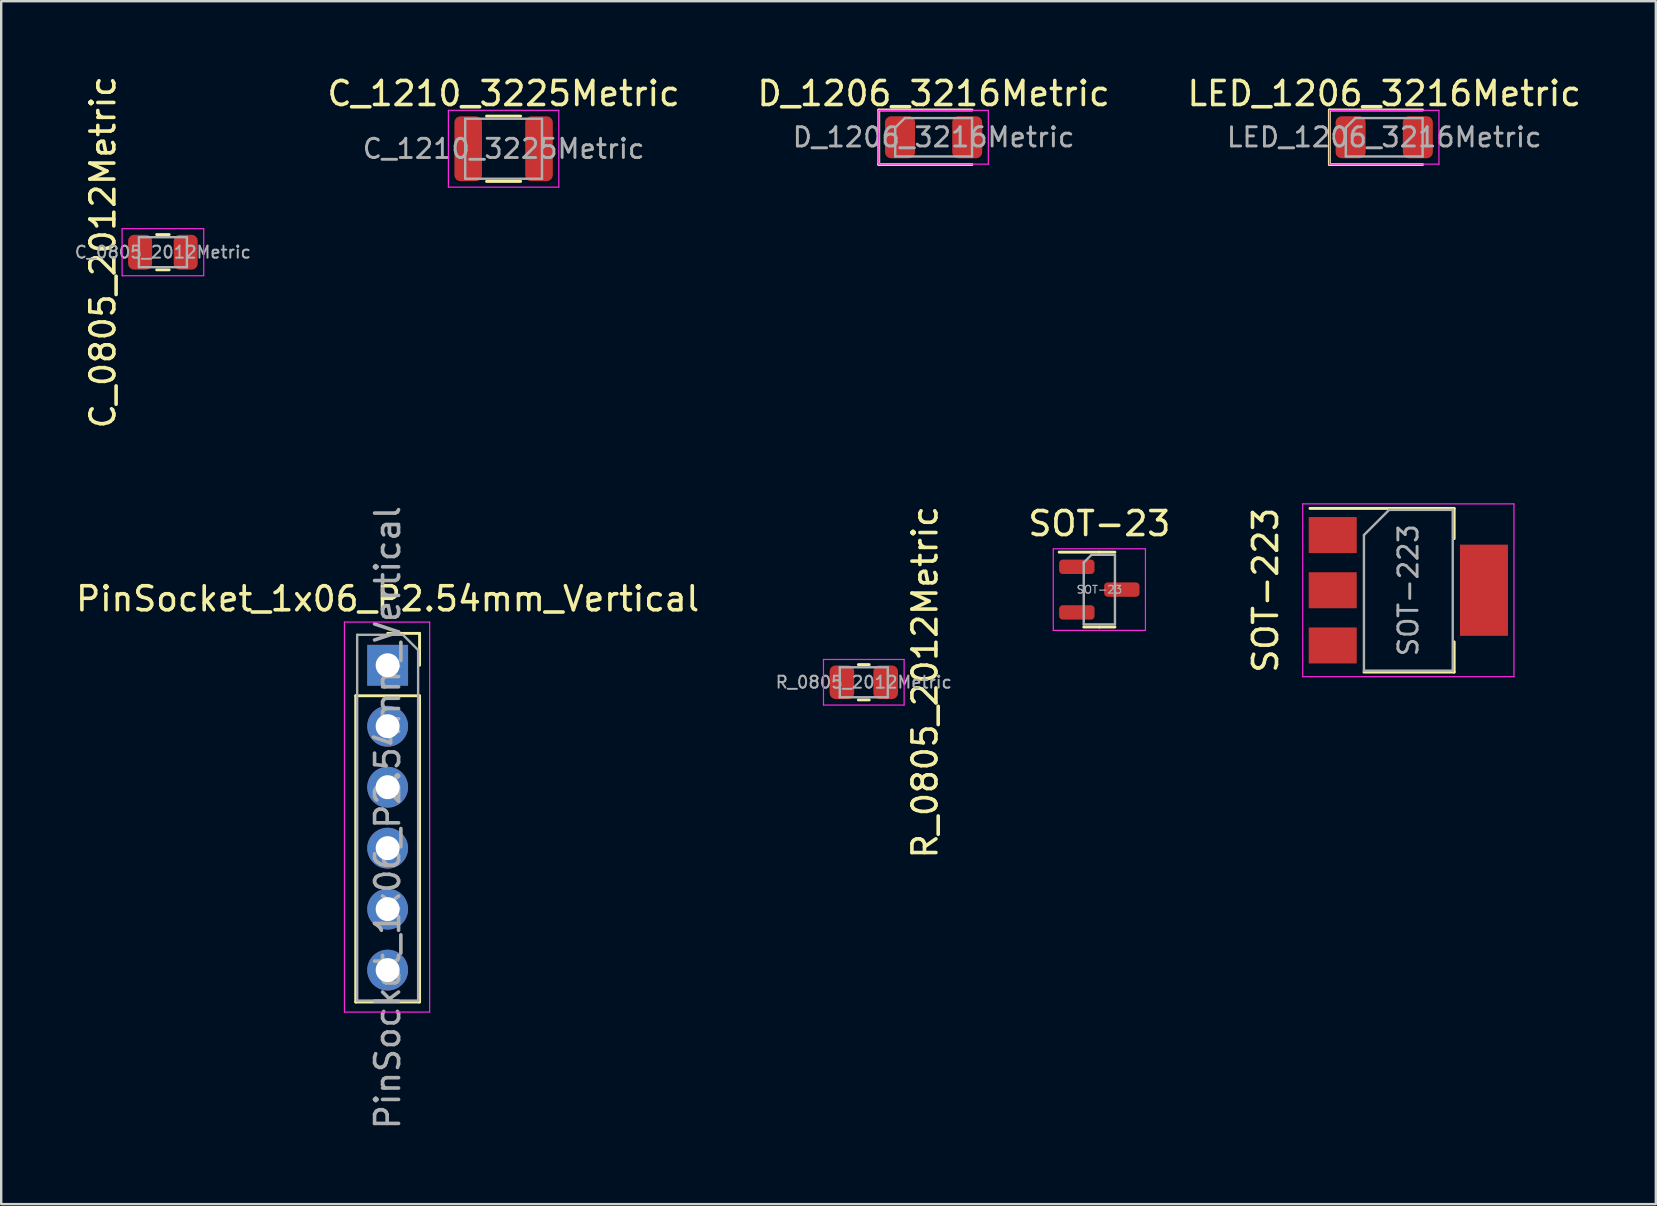
<source format=kicad_pcb>
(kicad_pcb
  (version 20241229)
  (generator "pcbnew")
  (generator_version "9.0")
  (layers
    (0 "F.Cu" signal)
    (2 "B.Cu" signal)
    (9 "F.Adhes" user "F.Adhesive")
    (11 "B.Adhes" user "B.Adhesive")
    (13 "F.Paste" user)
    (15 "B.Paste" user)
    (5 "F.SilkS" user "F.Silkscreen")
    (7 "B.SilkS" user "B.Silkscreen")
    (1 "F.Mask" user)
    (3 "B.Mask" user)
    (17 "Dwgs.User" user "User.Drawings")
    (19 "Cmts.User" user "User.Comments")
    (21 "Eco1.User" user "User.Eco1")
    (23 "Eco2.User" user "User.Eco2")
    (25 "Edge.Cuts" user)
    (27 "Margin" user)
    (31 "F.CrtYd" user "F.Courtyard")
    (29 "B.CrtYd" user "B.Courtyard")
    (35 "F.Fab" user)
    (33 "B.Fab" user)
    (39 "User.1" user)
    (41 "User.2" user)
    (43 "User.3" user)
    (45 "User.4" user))
  (footprint "LED_1206_3216Metric"
    (layer "F.Cu")
    (at 54.622 2.668)
    (property "Reference" "LED_1206_3216Metric" (at 0 -1.82 0) (layer "F.SilkS") (effects (font (size 1 1) (thickness 0.15))))
    (attr smd)
    (fp_line (start -2.285 -1.135) (end -2.285 1.135) (stroke (width 0.12) (type solid)) (layer "F.SilkS"))
    (fp_line (start -2.285 1.135) (end 1.6 1.135) (stroke (width 0.12) (type solid)) (layer "F.SilkS"))
    (fp_line (start 1.6 -1.135) (end -2.285 -1.135) (stroke (width 0.12) (type solid)) (layer "F.SilkS"))
    (fp_line (start -2.28 -1.12) (end 2.28 -1.12) (stroke (width 0.05) (type solid)) (layer "F.CrtYd"))
    (fp_line (start -2.28 1.12) (end -2.28 -1.12) (stroke (width 0.05) (type solid)) (layer "F.CrtYd"))
    (fp_line (start 2.28 -1.12) (end 2.28 1.12) (stroke (width 0.05) (type solid)) (layer "F.CrtYd"))
    (fp_line (start 2.28 1.12) (end -2.28 1.12) (stroke (width 0.05) (type solid)) (layer "F.CrtYd"))
    (fp_line (start -1.6 -0.4) (end -1.6 0.8) (stroke (width 0.1) (type solid)) (layer "F.Fab"))
    (fp_line (start -1.6 0.8) (end 1.6 0.8) (stroke (width 0.1) (type solid)) (layer "F.Fab"))
    (fp_line (start -1.2 -0.8) (end -1.6 -0.4) (stroke (width 0.1) (type solid)) (layer "F.Fab"))
    (fp_line (start 1.6 -0.8) (end -1.2 -0.8) (stroke (width 0.1) (type solid)) (layer "F.Fab"))
    (fp_line (start 1.6 0.8) (end 1.6 -0.8) (stroke (width 0.1) (type solid)) (layer "F.Fab"))
    (fp_text user "${REFERENCE}" (at 0 0 0) (layer "F.Fab") (effects (font (size 0.8 0.8) (thickness 0.12))))
    (pad "1" smd roundrect (at -1.4 0) (size 1.25 1.75) (layers "F.Cu" "F.Mask" "F.Paste") (roundrect_rratio 0.2))
    (pad "2" smd roundrect (at 1.4 0) (size 1.25 1.75) (layers "F.Cu" "F.Mask" "F.Paste") (roundrect_rratio 0.2)))
  (footprint "R_0805_2012Metric"
    (layer "F.Cu")
    (at 32.939 25.375)
    (property "Reference" "R_0805_2012Metric" (at 2.55 0 90) (layer "F.SilkS") (effects (font (size 1 1) (thickness 0.15))))
    (attr smd)
    (fp_line (start -0.227 -0.735) (end 0.227 -0.735) (stroke (width 0.12) (type solid)) (layer "F.SilkS"))
    (fp_line (start -0.227 0.735) (end 0.227 0.735) (stroke (width 0.12) (type solid)) (layer "F.SilkS"))
    (fp_line (start -1.68 -0.95) (end 1.68 -0.95) (stroke (width 0.05) (type solid)) (layer "F.CrtYd"))
    (fp_line (start -1.68 0.95) (end -1.68 -0.95) (stroke (width 0.05) (type solid)) (layer "F.CrtYd"))
    (fp_line (start 1.68 -0.95) (end 1.68 0.95) (stroke (width 0.05) (type solid)) (layer "F.CrtYd"))
    (fp_line (start 1.68 0.95) (end -1.68 0.95) (stroke (width 0.05) (type solid)) (layer "F.CrtYd"))
    (fp_line (start -1 -0.625) (end 1 -0.625) (stroke (width 0.1) (type solid)) (layer "F.Fab"))
    (fp_line (start -1 0.625) (end -1 -0.625) (stroke (width 0.1) (type solid)) (layer "F.Fab"))
    (fp_line (start 1 -0.625) (end 1 0.625) (stroke (width 0.1) (type solid)) (layer "F.Fab"))
    (fp_line (start 1 0.625) (end -1 0.625) (stroke (width 0.1) (type solid)) (layer "F.Fab"))
    (fp_text user "${REFERENCE}" (at 0 0 0) (layer "F.Fab") (effects (font (size 0.5 0.5) (thickness 0.08))))
    (pad "1" smd roundrect (at -0.912 0 180) (size 1.025 1.4) (layers "F.Cu" "F.Mask" "F.Paste") (roundrect_rratio 0.244))
    (pad "2" smd roundrect (at 0.912 0 180) (size 1.025 1.4) (layers "F.Cu" "F.Mask" "F.Paste") (roundrect_rratio 0.244)))
  (footprint "D_1206_3216Metric"
    (layer "F.Cu")
    (at 35.848 2.668)
    (property "Reference" "D_1206_3216Metric" (at 0 -1.82 0) (layer "F.SilkS") (effects (font (size 1 1) (thickness 0.15))))
    (attr smd)
    (fp_line (start -2.285 -1.135) (end -2.285 1.135) (stroke (width 0.12) (type solid)) (layer "F.SilkS"))
    (fp_line (start -2.285 1.135) (end 1.6 1.135) (stroke (width 0.12) (type solid)) (layer "F.SilkS"))
    (fp_line (start 1.6 -1.135) (end -2.285 -1.135) (stroke (width 0.12) (type solid)) (layer "F.SilkS"))
    (fp_line (start -2.28 -1.12) (end 2.28 -1.12) (stroke (width 0.05) (type solid)) (layer "F.CrtYd"))
    (fp_line (start -2.28 1.12) (end -2.28 -1.12) (stroke (width 0.05) (type solid)) (layer "F.CrtYd"))
    (fp_line (start 2.28 -1.12) (end 2.28 1.12) (stroke (width 0.05) (type solid)) (layer "F.CrtYd"))
    (fp_line (start 2.28 1.12) (end -2.28 1.12) (stroke (width 0.05) (type solid)) (layer "F.CrtYd"))
    (fp_line (start -1.6 -0.4) (end -1.6 0.8) (stroke (width 0.1) (type solid)) (layer "F.Fab"))
    (fp_line (start -1.6 0.8) (end 1.6 0.8) (stroke (width 0.1) (type solid)) (layer "F.Fab"))
    (fp_line (start -1.2 -0.8) (end -1.6 -0.4) (stroke (width 0.1) (type solid)) (layer "F.Fab"))
    (fp_line (start 1.6 -0.8) (end -1.2 -0.8) (stroke (width 0.1) (type solid)) (layer "F.Fab"))
    (fp_line (start 1.6 0.8) (end 1.6 -0.8) (stroke (width 0.1) (type solid)) (layer "F.Fab"))
    (fp_text user "${REFERENCE}" (at 0 0 0) (layer "F.Fab") (effects (font (size 0.8 0.8) (thickness 0.12))))
    (pad "1" smd roundrect (at -1.4 0) (size 1.25 1.75) (layers "F.Cu" "F.Mask" "F.Paste") (roundrect_rratio 0.2))
    (pad "2" smd roundrect (at 1.4 0) (size 1.25 1.75) (layers "F.Cu" "F.Mask" "F.Paste") (roundrect_rratio 0.2)))
  (footprint "C_0805_2012Metric"
    (layer "F.Cu")
    (at 3.737 7.458)
    (property "Reference" "C_0805_2012Metric" (at -2.5 0 90) (layer "F.SilkS") (effects (font (size 1 1) (thickness 0.15))))
    (attr smd)
    (fp_line (start -0.261 -0.735) (end 0.261 -0.735) (stroke (width 0.12) (type solid)) (layer "F.SilkS"))
    (fp_line (start -0.261 0.735) (end 0.261 0.735) (stroke (width 0.12) (type solid)) (layer "F.SilkS"))
    (fp_line (start -1.7 -0.98) (end 1.7 -0.98) (stroke (width 0.05) (type solid)) (layer "F.CrtYd"))
    (fp_line (start -1.7 0.98) (end -1.7 -0.98) (stroke (width 0.05) (type solid)) (layer "F.CrtYd"))
    (fp_line (start 1.7 -0.98) (end 1.7 0.98) (stroke (width 0.05) (type solid)) (layer "F.CrtYd"))
    (fp_line (start 1.7 0.98) (end -1.7 0.98) (stroke (width 0.05) (type solid)) (layer "F.CrtYd"))
    (fp_line (start -1 -0.625) (end 1 -0.625) (stroke (width 0.1) (type solid)) (layer "F.Fab"))
    (fp_line (start -1 0.625) (end -1 -0.625) (stroke (width 0.1) (type solid)) (layer "F.Fab"))
    (fp_line (start 1 -0.625) (end 1 0.625) (stroke (width 0.1) (type solid)) (layer "F.Fab"))
    (fp_line (start 1 0.625) (end -1 0.625) (stroke (width 0.1) (type solid)) (layer "F.Fab"))
    (fp_text user "${REFERENCE}" (at 0 0 0) (layer "F.Fab") (effects (font (size 0.5 0.5) (thickness 0.08))))
    (pad "1" smd roundrect (at -0.95 0 180) (size 1 1.45) (layers "F.Cu" "F.Mask" "F.Paste") (roundrect_rratio 0.25))
    (pad "2" smd roundrect (at 0.95 0 180) (size 1 1.45) (layers "F.Cu" "F.Mask" "F.Paste") (roundrect_rratio 0.25)))
  (footprint "C_1210_3225Metric"
    (layer "F.Cu")
    (at 17.932 3.148)
    (property "Reference" "C_1210_3225Metric" (at 0 -2.3 0) (layer "F.SilkS") (effects (font (size 1 1) (thickness 0.15))))
    (attr smd)
    (fp_line (start -0.711 -1.36) (end 0.711 -1.36) (stroke (width 0.12) (type solid)) (layer "F.SilkS"))
    (fp_line (start -0.711 1.36) (end 0.711 1.36) (stroke (width 0.12) (type solid)) (layer "F.SilkS"))
    (fp_line (start -2.3 -1.6) (end 2.3 -1.6) (stroke (width 0.05) (type solid)) (layer "F.CrtYd"))
    (fp_line (start -2.3 1.6) (end -2.3 -1.6) (stroke (width 0.05) (type solid)) (layer "F.CrtYd"))
    (fp_line (start 2.3 -1.6) (end 2.3 1.6) (stroke (width 0.05) (type solid)) (layer "F.CrtYd"))
    (fp_line (start 2.3 1.6) (end -2.3 1.6) (stroke (width 0.05) (type solid)) (layer "F.CrtYd"))
    (fp_line (start -1.6 -1.25) (end 1.6 -1.25) (stroke (width 0.1) (type solid)) (layer "F.Fab"))
    (fp_line (start -1.6 1.25) (end -1.6 -1.25) (stroke (width 0.1) (type solid)) (layer "F.Fab"))
    (fp_line (start 1.6 -1.25) (end 1.6 1.25) (stroke (width 0.1) (type solid)) (layer "F.Fab"))
    (fp_line (start 1.6 1.25) (end -1.6 1.25) (stroke (width 0.1) (type solid)) (layer "F.Fab"))
    (fp_text user "${REFERENCE}" (at 0 0 0) (layer "F.Fab") (effects (font (size 0.8 0.8) (thickness 0.12))))
    (pad "1" smd roundrect (at -1.475 0) (size 1.15 2.7) (layers "F.Cu" "F.Mask" "F.Paste") (roundrect_rratio 0.217))
    (pad "2" smd roundrect (at 1.475 0) (size 1.15 2.7) (layers "F.Cu" "F.Mask" "F.Paste") (roundrect_rratio 0.217)))
  (footprint "SOT-223"
    (layer "F.Cu")
    (at 55.627 21.542)
    (property "Reference" "SOT-223" (at -5.948 0 90) (layer "F.SilkS") (effects (font (size 1 1) (thickness 0.15))))
    (attr smd)
    (fp_line (start -4.1 -3.41) (end 1.91 -3.41) (stroke (width 0.12) (type solid)) (layer "F.SilkS"))
    (fp_line (start -1.85 3.41) (end 1.91 3.41) (stroke (width 0.12) (type solid)) (layer "F.SilkS"))
    (fp_line (start 1.91 -3.41) (end 1.91 -2.15) (stroke (width 0.12) (type solid)) (layer "F.SilkS"))
    (fp_line (start 1.91 3.41) (end 1.91 2.15) (stroke (width 0.12) (type solid)) (layer "F.SilkS"))
    (fp_line (start -4.4 -3.6) (end -4.4 3.6) (stroke (width 0.05) (type solid)) (layer "F.CrtYd"))
    (fp_line (start -4.4 3.6) (end 4.4 3.6) (stroke (width 0.05) (type solid)) (layer "F.CrtYd"))
    (fp_line (start 4.4 -3.6) (end -4.4 -3.6) (stroke (width 0.05) (type solid)) (layer "F.CrtYd"))
    (fp_line (start 4.4 3.6) (end 4.4 -3.6) (stroke (width 0.05) (type solid)) (layer "F.CrtYd"))
    (fp_line (start -1.85 -2.3) (end -1.85 3.35) (stroke (width 0.1) (type solid)) (layer "F.Fab"))
    (fp_line (start -1.85 -2.3) (end -0.8 -3.35) (stroke (width 0.1) (type solid)) (layer "F.Fab"))
    (fp_line (start -1.85 3.35) (end 1.85 3.35) (stroke (width 0.1) (type solid)) (layer "F.Fab"))
    (fp_line (start -0.8 -3.35) (end 1.85 -3.35) (stroke (width 0.1) (type solid)) (layer "F.Fab"))
    (fp_line (start 1.85 -3.35) (end 1.85 3.35) (stroke (width 0.1) (type solid)) (layer "F.Fab"))
    (fp_text user "${REFERENCE}" (at 0 0 270) (layer "F.Fab") (effects (font (size 0.8 0.8) (thickness 0.12))))
    (pad "1" smd rect (at -3.15 -2.3) (size 2 1.5) (layers "F.Cu" "F.Mask" "F.Paste"))
    (pad "2" smd rect (at -3.15 0) (size 2 1.5) (layers "F.Cu" "F.Mask" "F.Paste"))
    (pad "3" smd rect (at -3.15 2.3) (size 2 1.5) (layers "F.Cu" "F.Mask" "F.Paste"))
    (pad "4" smd rect (at 3.15 0) (size 2 3.8) (layers "F.Cu" "F.Mask" "F.Paste")))
  (footprint "SOT-23"
    (layer "F.Cu")
    (at 42.753 21.515)
    (property "Reference" "SOT-23" (at 0 -2.75 0) (layer "F.SilkS") (effects (font (size 1 1) (thickness 0.15))))
    (attr smd)
    (fp_line (start 0 -1.56) (end -1.675 -1.56) (stroke (width 0.12) (type solid)) (layer "F.SilkS"))
    (fp_line (start 0 -1.56) (end 0.65 -1.56) (stroke (width 0.12) (type solid)) (layer "F.SilkS"))
    (fp_line (start 0 1.56) (end -0.65 1.56) (stroke (width 0.12) (type solid)) (layer "F.SilkS"))
    (fp_line (start 0 1.56) (end 0.65 1.56) (stroke (width 0.12) (type solid)) (layer "F.SilkS"))
    (fp_line (start -1.92 -1.7) (end -1.92 1.7) (stroke (width 0.05) (type solid)) (layer "F.CrtYd"))
    (fp_line (start -1.92 1.7) (end 1.92 1.7) (stroke (width 0.05) (type solid)) (layer "F.CrtYd"))
    (fp_line (start 1.92 -1.7) (end -1.92 -1.7) (stroke (width 0.05) (type solid)) (layer "F.CrtYd"))
    (fp_line (start 1.92 1.7) (end 1.92 -1.7) (stroke (width 0.05) (type solid)) (layer "F.CrtYd"))
    (fp_line (start -0.65 -1.125) (end -0.325 -1.45) (stroke (width 0.1) (type solid)) (layer "F.Fab"))
    (fp_line (start -0.65 1.45) (end -0.65 -1.125) (stroke (width 0.1) (type solid)) (layer "F.Fab"))
    (fp_line (start -0.325 -1.45) (end 0.65 -1.45) (stroke (width 0.1) (type solid)) (layer "F.Fab"))
    (fp_line (start 0.65 -1.45) (end 0.65 1.45) (stroke (width 0.1) (type solid)) (layer "F.Fab"))
    (fp_line (start 0.65 1.45) (end -0.65 1.45) (stroke (width 0.1) (type solid)) (layer "F.Fab"))
    (fp_text user "${REFERENCE}" (at 0 0 0) (layer "F.Fab") (effects (font (size 0.32 0.32) (thickness 0.05))))
    (pad "1" smd roundrect (at -0.938 -0.95 180) (size 1.475 0.6) (layers "F.Cu" "F.Mask" "F.Paste") (roundrect_rratio 0.25))
    (pad "2" smd roundrect (at -0.938 0.95 180) (size 1.475 0.6) (layers "F.Cu" "F.Mask" "F.Paste") (roundrect_rratio 0.25))
    (pad "3" smd roundrect (at 0.938 0 180) (size 1.475 0.6) (layers "F.Cu" "F.Mask" "F.Paste") (roundrect_rratio 0.25)))
  (footprint "PinSocket_1x06_P2.54mm_Vertical"
    (layer "F.Cu")
    (at 13.101 24.668)
    (property "Reference" "PinSocket_1x06_P2.54mm_Vertical" (at 0 -2.77 0) (layer "F.SilkS") (effects (font (size 1 1) (thickness 0.15))))
    (attr through_hole)
    (fp_line (start -1.33 1.27) (end -1.33 14.03) (stroke (width 0.12) (type solid)) (layer "F.SilkS"))
    (fp_line (start -1.33 1.27) (end 1.33 1.27) (stroke (width 0.12) (type solid)) (layer "F.SilkS"))
    (fp_line (start -1.33 14.03) (end 1.33 14.03) (stroke (width 0.12) (type solid)) (layer "F.SilkS"))
    (fp_line (start 0 -1.33) (end 1.33 -1.33) (stroke (width 0.12) (type solid)) (layer "F.SilkS"))
    (fp_line (start 1.33 -1.33) (end 1.33 0) (stroke (width 0.12) (type solid)) (layer "F.SilkS"))
    (fp_line (start 1.33 1.27) (end 1.33 14.03) (stroke (width 0.12) (type solid)) (layer "F.SilkS"))
    (fp_line (start -1.8 -1.8) (end 1.75 -1.8) (stroke (width 0.05) (type solid)) (layer "F.CrtYd"))
    (fp_line (start -1.8 14.45) (end -1.8 -1.8) (stroke (width 0.05) (type solid)) (layer "F.CrtYd"))
    (fp_line (start 1.75 -1.8) (end 1.75 14.45) (stroke (width 0.05) (type solid)) (layer "F.CrtYd"))
    (fp_line (start 1.75 14.45) (end -1.8 14.45) (stroke (width 0.05) (type solid)) (layer "F.CrtYd"))
    (fp_line (start -1.27 -1.27) (end 0.635 -1.27) (stroke (width 0.1) (type solid)) (layer "F.Fab"))
    (fp_line (start -1.27 13.97) (end -1.27 -1.27) (stroke (width 0.1) (type solid)) (layer "F.Fab"))
    (fp_line (start 0.635 -1.27) (end 1.27 -0.635) (stroke (width 0.1) (type solid)) (layer "F.Fab"))
    (fp_line (start 1.27 -0.635) (end 1.27 13.97) (stroke (width 0.1) (type solid)) (layer "F.Fab"))
    (fp_line (start 1.27 13.97) (end -1.27 13.97) (stroke (width 0.1) (type solid)) (layer "F.Fab"))
    (fp_text user "${REFERENCE}" (at 0 6.35 90) (layer "F.Fab") (effects (font (size 1 1) (thickness 0.15))))
    (pad "1" thru_hole rect (at 0 0 180) (size 1.7 1.7) (drill 1) (layers "*.Cu" "*.Mask"))
    (pad "2" thru_hole oval (at 0 2.54 180) (size 1.7 1.7) (drill 1) (layers "*.Cu" "*.Mask"))
    (pad "3" thru_hole oval (at 0 5.08 180) (size 1.7 1.7) (drill 1) (layers "*.Cu" "*.Mask"))
    (pad "4" thru_hole oval (at 0 7.62 180) (size 1.7 1.7) (drill 1) (layers "*.Cu" "*.Mask"))
    (pad "5" thru_hole oval (at 0 10.16 180) (size 1.7 1.7) (drill 1) (layers "*.Cu" "*.Mask"))
    (pad "6" thru_hole oval (at 0 12.7 180) (size 1.7 1.7) (drill 1) (layers "*.Cu" "*.Mask")))
  (gr_rect
    (start -3 -3)
    (end 65.938 47.119)
    (stroke (width 0.1) (type default))
    (fill no)
    (layer "Edge.Cuts")))
</source>
